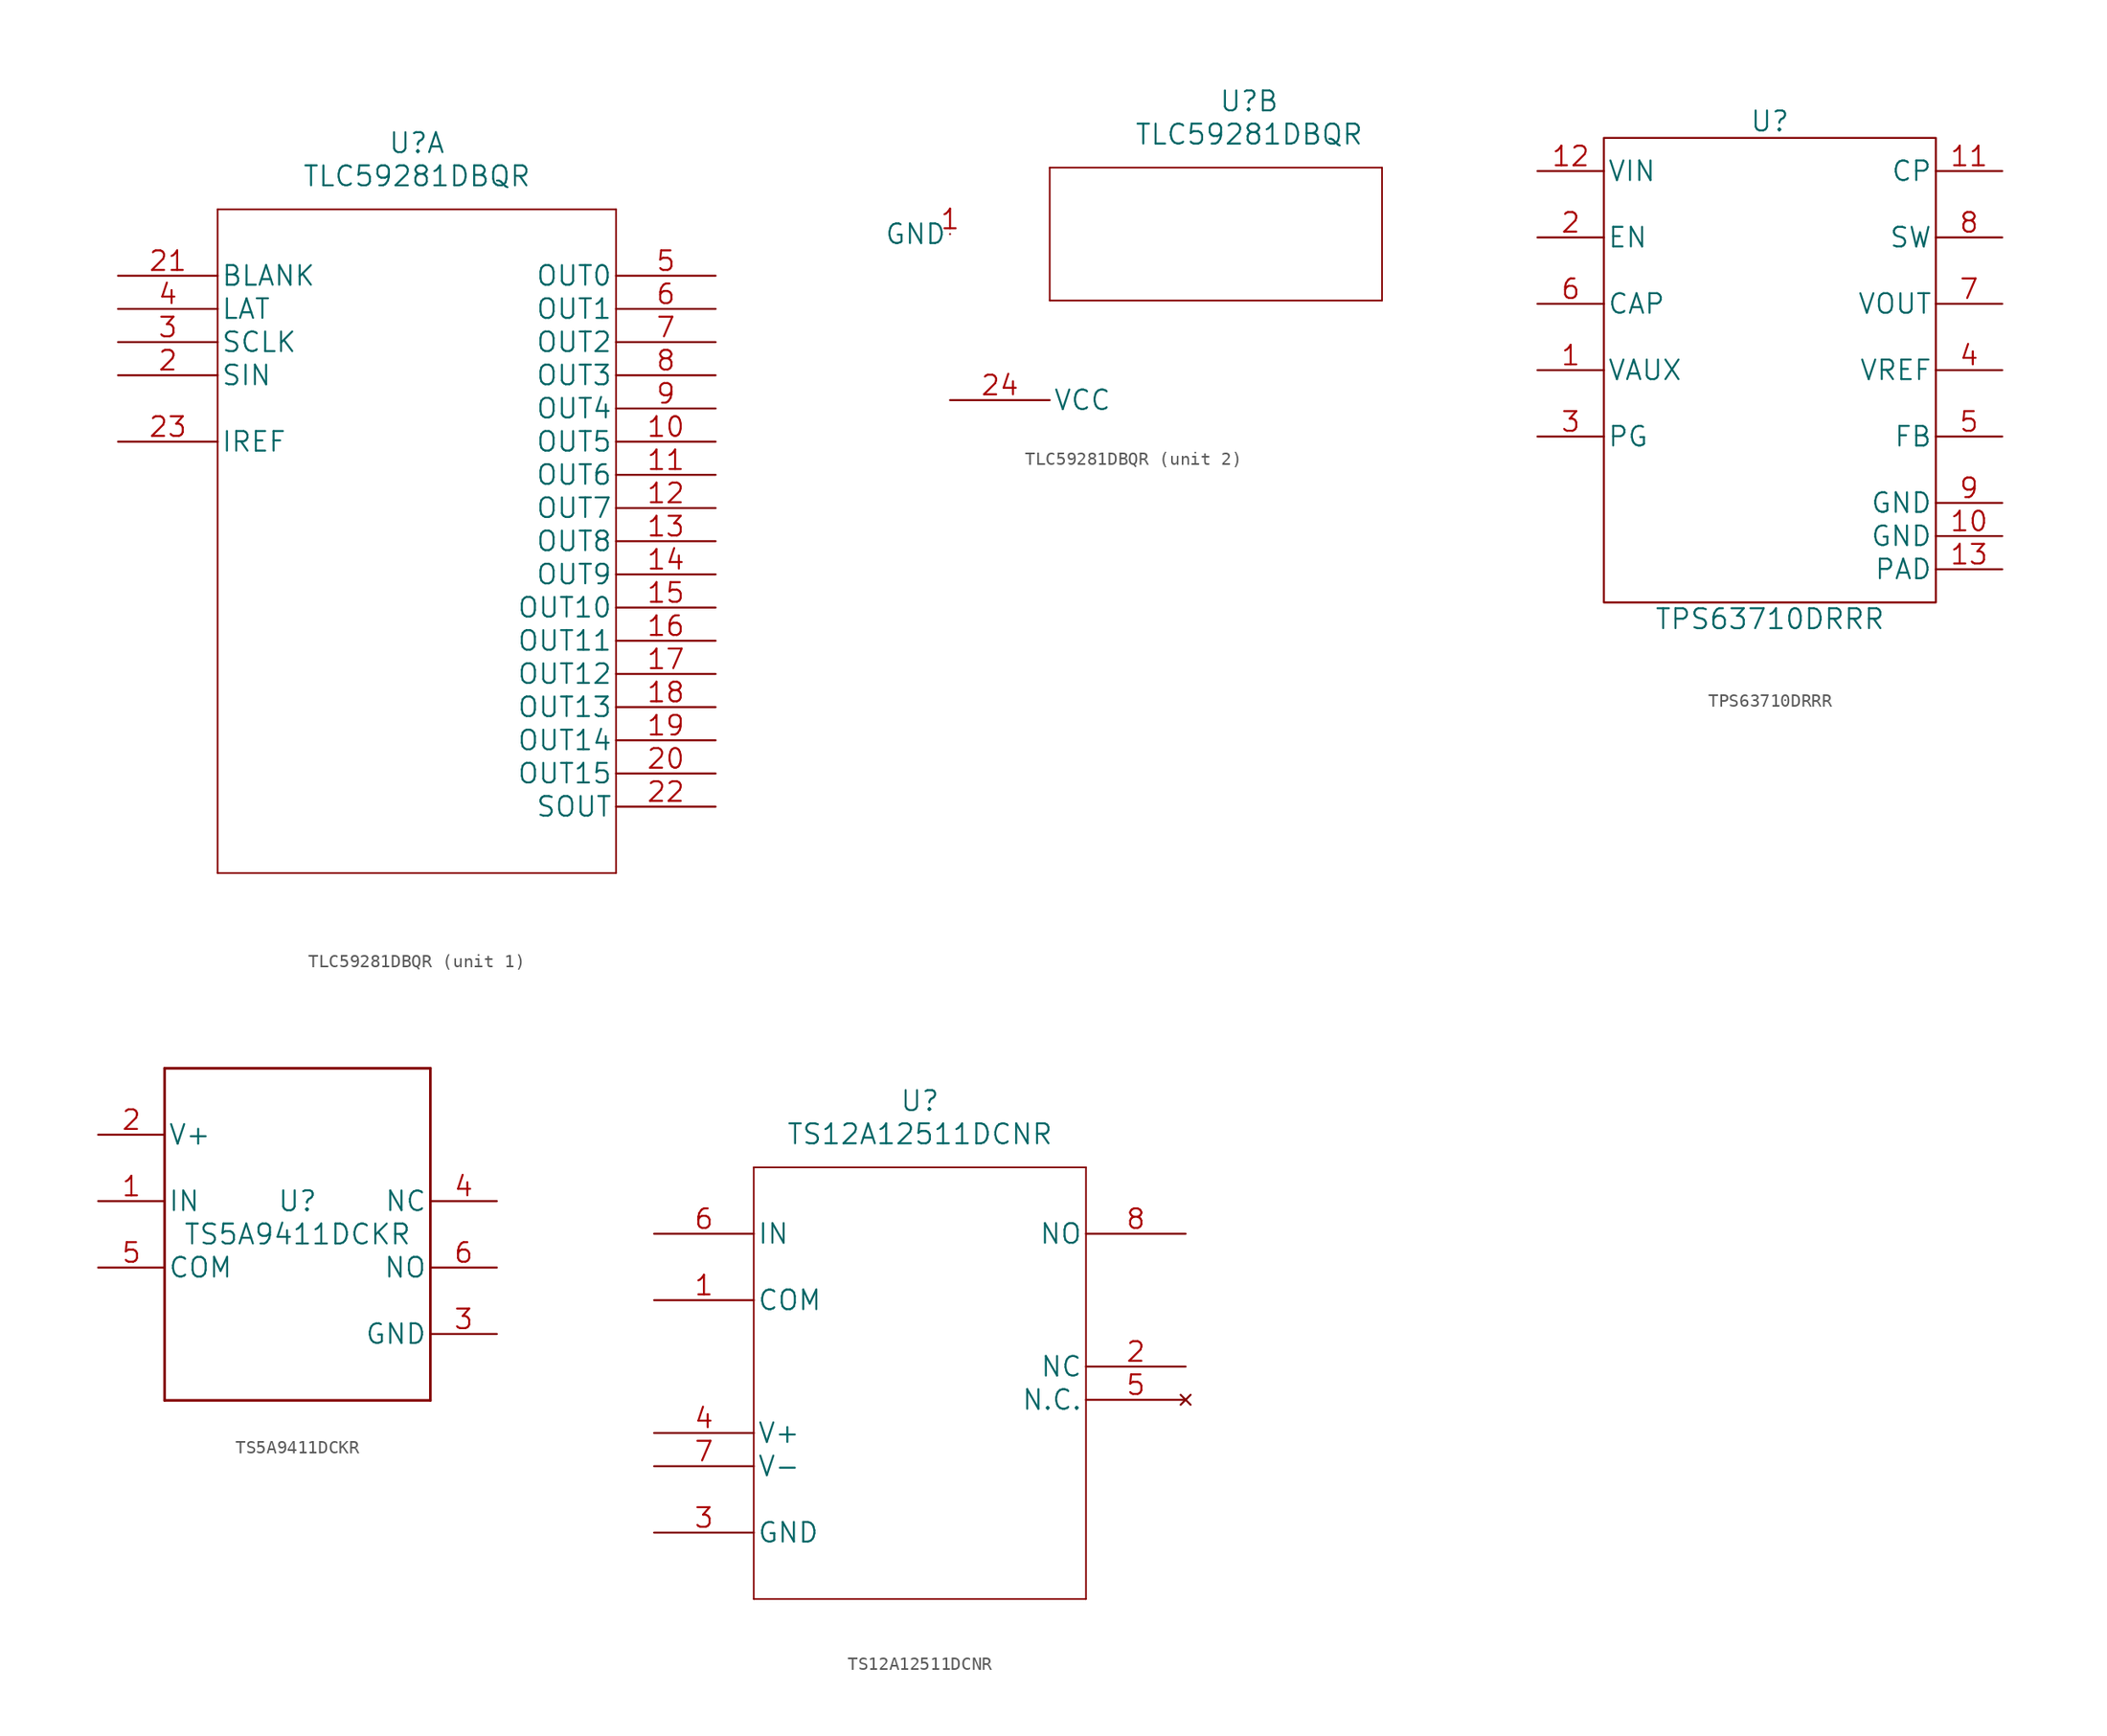
<source format=kicad_sym>
(kicad_symbol_lib
  (version 20211014)
  (generator kicad_symbol_editor)
  (symbol "TLC59281DBQR"
    (pin_names
      (offset 0.254))
    (property "Reference" "U"
      (at 22.86 10.16 0)
      (effects (font (size 1.524 1.524))))
    (property "Value" "TLC59281DBQR"
      (at 22.86 7.62 0)
      (effects (font (size 1.524 1.524))))
    (property "Datasheet" ""
      (at 0 0 0)
      (effects (font (size 1.524 1.524))))
    (symbol "TLC59281DBQR_1_1"
      (polyline (pts (xy 7.62 -45.72) (xy 38.1 -45.72)) (stroke (width 0.127) (type default) (color 0 0 0 0)) (fill (type none)))
      (polyline (pts (xy 7.62 5.08) (xy 7.62 -45.72)) (stroke (width 0.127) (type default) (color 0 0 0 0)) (fill (type none)))
      (polyline (pts (xy 38.1 -45.72) (xy 38.1 5.08)) (stroke (width 0.127) (type default) (color 0 0 0 0)) (fill (type none)))
      (polyline (pts (xy 38.1 5.08) (xy 7.62 5.08)) (stroke (width 0.127) (type default) (color 0 0 0 0)) (fill (type none)))
      (pin output line (at 45.72 -12.7 180) (length 7.62) (name "OUT5" (effects (font (size 1.499 1.499)))) (number "10" (effects (font (size 1.499 1.499)))))
      (pin output line (at 45.72 -15.24 180) (length 7.62) (name "OUT6" (effects (font (size 1.499 1.499)))) (number "11" (effects (font (size 1.499 1.499)))))
      (pin output line (at 45.72 -17.78 180) (length 7.62) (name "OUT7" (effects (font (size 1.499 1.499)))) (number "12" (effects (font (size 1.499 1.499)))))
      (pin output line (at 45.72 -20.32 180) (length 7.62) (name "OUT8" (effects (font (size 1.499 1.499)))) (number "13" (effects (font (size 1.499 1.499)))))
      (pin output line (at 45.72 -22.86 180) (length 7.62) (name "OUT9" (effects (font (size 1.499 1.499)))) (number "14" (effects (font (size 1.499 1.499)))))
      (pin output line (at 45.72 -25.4 180) (length 7.62) (name "OUT10" (effects (font (size 1.499 1.499)))) (number "15" (effects (font (size 1.499 1.499)))))
      (pin output line (at 45.72 -27.94 180) (length 7.62) (name "OUT11" (effects (font (size 1.499 1.499)))) (number "16" (effects (font (size 1.499 1.499)))))
      (pin output line (at 45.72 -30.48 180) (length 7.62) (name "OUT12" (effects (font (size 1.499 1.499)))) (number "17" (effects (font (size 1.499 1.499)))))
      (pin output line (at 45.72 -33.02 180) (length 7.62) (name "OUT13" (effects (font (size 1.499 1.499)))) (number "18" (effects (font (size 1.499 1.499)))))
      (pin output line (at 45.72 -35.56 180) (length 7.62) (name "OUT14" (effects (font (size 1.499 1.499)))) (number "19" (effects (font (size 1.499 1.499)))))
      (pin input line (at 0 -7.62 0) (length 7.62) (name "SIN" (effects (font (size 1.499 1.499)))) (number "2" (effects (font (size 1.499 1.499)))))
      (pin output line (at 45.72 -38.1 180) (length 7.62) (name "OUT15" (effects (font (size 1.499 1.499)))) (number "20" (effects (font (size 1.499 1.499)))))
      (pin input line (at 0 0 0) (length 7.62) (name "BLANK" (effects (font (size 1.499 1.499)))) (number "21" (effects (font (size 1.499 1.499)))))
      (pin output line (at 45.72 -40.64 180) (length 7.62) (name "SOUT" (effects (font (size 1.499 1.499)))) (number "22" (effects (font (size 1.499 1.499)))))
      (pin bidirectional line (at 0 -12.7 0) (length 7.62) (name "IREF" (effects (font (size 1.499 1.499)))) (number "23" (effects (font (size 1.499 1.499)))))
      (pin input line (at 0 -5.08 0) (length 7.62) (name "SCLK" (effects (font (size 1.499 1.499)))) (number "3" (effects (font (size 1.499 1.499)))))
      (pin input line (at 0 -2.54 0) (length 7.62) (name "LAT" (effects (font (size 1.499 1.499)))) (number "4" (effects (font (size 1.499 1.499)))))
      (pin output line (at 45.72 0 180) (length 7.62) (name "OUT0" (effects (font (size 1.499 1.499)))) (number "5" (effects (font (size 1.499 1.499)))))
      (pin output line (at 45.72 -2.54 180) (length 7.62) (name "OUT1" (effects (font (size 1.499 1.499)))) (number "6" (effects (font (size 1.499 1.499)))))
      (pin output line (at 45.72 -5.08 180) (length 7.62) (name "OUT2" (effects (font (size 1.499 1.499)))) (number "7" (effects (font (size 1.499 1.499)))))
      (pin output line (at 45.72 -7.62 180) (length 7.62) (name "OUT3" (effects (font (size 1.499 1.499)))) (number "8" (effects (font (size 1.499 1.499)))))
      (pin output line (at 45.72 -10.16 180) (length 7.62) (name "OUT4" (effects (font (size 1.499 1.499)))) (number "9" (effects (font (size 1.499 1.499))))))
    (symbol "TLC59281DBQR_2_1"
      (polyline (pts (xy 7.62 -5.08) (xy 33.02 -5.08)) (stroke (width 0.127) (type default) (color 0 0 0 0)) (fill (type none)))
      (polyline (pts (xy 7.62 5.08) (xy 7.62 -5.08)) (stroke (width 0.127) (type default) (color 0 0 0 0)) (fill (type none)))
      (polyline (pts (xy 33.02 -5.08) (xy 33.02 5.08)) (stroke (width 0.127) (type default) (color 0 0 0 0)) (fill (type none)))
      (polyline (pts (xy 33.02 5.08) (xy 7.62 5.08)) (stroke (width 0.127) (type default) (color 0 0 0 0)) (fill (type none)))
      (pin power_in line (at 0 0 180) (length 0) (name "GND" (effects (font (size 1.499 1.499)))) (number "1" (effects (font (size 1.499 1.499)))))
      (pin power_in line (at 0 -12.7 0) (length 7.62) (name "VCC" (effects (font (size 1.499 1.499)))) (number "24" (effects (font (size 1.499 1.499)))))))
  (symbol "TPS63710DRRR"
    (pin_names
      (offset 0.254))
    (property "Reference" "U"
      (at 0 13.97 0)
      (effects (font (size 1.524 1.524))))
    (property "Value" "TPS63710DRRR"
      (at 0 -24.13 0)
      (effects (font (size 1.524 1.524))))
    (property "Datasheet" ""
      (at 0 0 0)
      (effects (font (size 1.524 1.524))))
    (property "ki_locked" ""
      (at 0 0 0)
      (effects (font (size 1.27 1.27))))
    (symbol "TPS63710DRRR_1_1"
      (rectangle (start -12.7 12.7) (end 12.7 -22.86) (stroke (width 0) (type default) (color 0 0 0 0)) (fill (type none)))
      (pin input line (at -17.78 -5.08 0) (length 5.08) (name "VAUX" (effects (font (size 1.499 1.499)))) (number "1" (effects (font (size 1.499 1.499)))))
      (pin power_in line (at 17.78 -17.78 180) (length 5.08) (name "GND" (effects (font (size 1.499 1.499)))) (number "10" (effects (font (size 1.499 1.499)))))
      (pin unspecified line (at 17.78 10.16 180) (length 5.08) (name "CP" (effects (font (size 1.499 1.499)))) (number "11" (effects (font (size 1.499 1.499)))))
      (pin power_in line (at -17.78 10.16 0) (length 5.08) (name "VIN" (effects (font (size 1.499 1.499)))) (number "12" (effects (font (size 1.499 1.499)))))
      (pin power_in line (at 17.78 -20.32 180) (length 5.08) (name "PAD" (effects (font (size 1.499 1.499)))) (number "13" (effects (font (size 1.499 1.499)))))
      (pin input line (at -17.78 5.08 0) (length 5.08) (name "EN" (effects (font (size 1.499 1.499)))) (number "2" (effects (font (size 1.499 1.499)))))
      (pin open_collector line (at -17.78 -10.16 0) (length 5.08) (name "PG" (effects (font (size 1.499 1.499)))) (number "3" (effects (font (size 1.499 1.499)))))
      (pin output line (at 17.78 -5.08 180) (length 5.08) (name "VREF" (effects (font (size 1.499 1.499)))) (number "4" (effects (font (size 1.499 1.499)))))
      (pin input line (at 17.78 -10.16 180) (length 5.08) (name "FB" (effects (font (size 1.499 1.499)))) (number "5" (effects (font (size 1.499 1.499)))))
      (pin unspecified line (at -17.78 0 0) (length 5.08) (name "CAP" (effects (font (size 1.499 1.499)))) (number "6" (effects (font (size 1.499 1.499)))))
      (pin input line (at 17.78 0 180) (length 5.08) (name "VOUT" (effects (font (size 1.499 1.499)))) (number "7" (effects (font (size 1.499 1.499)))))
      (pin power_in line (at 17.78 5.08 180) (length 5.08) (name "SW" (effects (font (size 1.499 1.499)))) (number "8" (effects (font (size 1.499 1.499)))))
      (pin power_in line (at 17.78 -15.24 180) (length 5.08) (name "GND" (effects (font (size 1.499 1.499)))) (number "9" (effects (font (size 1.499 1.499)))))))
  (symbol "TS5A9411DCKR"
    (pin_names
      (offset 0.254))
    (property "Reference" "U"
      (at 0 2.54 0)
      (effects (font (size 1.524 1.524))))
    (property "Value" "TS5A9411DCKR"
      (at 0 0 0)
      (effects (font (size 1.524 1.524))))
    (property "Datasheet" ""
      (at 0 0 0)
      (effects (font (size 1.524 1.524))))
    (property "ki_locked" ""
      (at 0 0 0)
      (effects (font (size 1.27 1.27))))
    (symbol "TS5A9411DCKR_1_1"
      (polyline (pts (xy -10.16 -12.7) (xy 10.16 -12.7)) (stroke (width 0.203) (type default) (color 0 0 0 0)) (fill (type none)))
      (polyline (pts (xy -10.16 12.7) (xy -10.16 -12.7)) (stroke (width 0.203) (type default) (color 0 0 0 0)) (fill (type none)))
      (polyline (pts (xy 10.16 -12.7) (xy 10.16 12.7)) (stroke (width 0.203) (type default) (color 0 0 0 0)) (fill (type none)))
      (polyline (pts (xy 10.16 12.7) (xy -10.16 12.7)) (stroke (width 0.203) (type default) (color 0 0 0 0)) (fill (type none)))
      (pin input line (at -15.24 2.54 0) (length 5.08) (name "IN" (effects (font (size 1.499 1.499)))) (number "1" (effects (font (size 1.499 1.499)))))
      (pin power_in line (at -15.24 7.62 0) (length 5.08) (name "V+" (effects (font (size 1.499 1.499)))) (number "2" (effects (font (size 1.499 1.499)))))
      (pin power_in line (at 15.24 -7.62 180) (length 5.08) (name "GND" (effects (font (size 1.499 1.499)))) (number "3" (effects (font (size 1.499 1.499)))))
      (pin unspecified line (at 15.24 2.54 180) (length 5.08) (name "NC" (effects (font (size 1.499 1.499)))) (number "4" (effects (font (size 1.499 1.499)))))
      (pin unspecified line (at -15.24 -2.54 0) (length 5.08) (name "COM" (effects (font (size 1.499 1.499)))) (number "5" (effects (font (size 1.499 1.499)))))
      (pin unspecified line (at 15.24 -2.54 180) (length 5.08) (name "NO" (effects (font (size 1.499 1.499)))) (number "6" (effects (font (size 1.499 1.499)))))))
  (symbol "TS12A12511DCNR"
    (pin_names
      (offset 0.254))
    (property "Reference" "U"
      (at 20.32 10.16 0)
      (effects (font (size 1.524 1.524))))
    (property "Value" "TS12A12511DCNR"
      (at 20.32 7.62 0)
      (effects (font (size 1.524 1.524))))
    (property "Datasheet" ""
      (at 0 0 0)
      (effects (font (size 1.524 1.524))))
    (property "ki_locked" ""
      (at 0 0 0)
      (effects (font (size 1.27 1.27))))
    (symbol "TS12A12511DCNR_1_1"
      (polyline (pts (xy 7.62 -27.94) (xy 33.02 -27.94)) (stroke (width 0.127) (type default) (color 0 0 0 0)) (fill (type none)))
      (polyline (pts (xy 7.62 5.08) (xy 7.62 -27.94)) (stroke (width 0.127) (type default) (color 0 0 0 0)) (fill (type none)))
      (polyline (pts (xy 33.02 -27.94) (xy 33.02 5.08)) (stroke (width 0.127) (type default) (color 0 0 0 0)) (fill (type none)))
      (polyline (pts (xy 33.02 5.08) (xy 7.62 5.08)) (stroke (width 0.127) (type default) (color 0 0 0 0)) (fill (type none)))
      (pin bidirectional line (at 0 -5.08 0) (length 7.62) (name "COM" (effects (font (size 1.499 1.499)))) (number "1" (effects (font (size 1.499 1.499)))))
      (pin output line (at 40.64 -10.16 180) (length 7.62) (name "NC" (effects (font (size 1.499 1.499)))) (number "2" (effects (font (size 1.499 1.499)))))
      (pin power_in line (at 0 -22.86 0) (length 7.62) (name "GND" (effects (font (size 1.499 1.499)))) (number "3" (effects (font (size 1.499 1.499)))))
      (pin power_in line (at 0 -15.24 0) (length 7.62) (name "V+" (effects (font (size 1.499 1.499)))) (number "4" (effects (font (size 1.499 1.499)))))
      (pin no_connect line (at 40.64 -12.7 180) (length 7.62) (name "N.C." (effects (font (size 1.499 1.499)))) (number "5" (effects (font (size 1.499 1.499)))))
      (pin input line (at 0 0 0) (length 7.62) (name "IN" (effects (font (size 1.499 1.499)))) (number "6" (effects (font (size 1.499 1.499)))))
      (pin power_in line (at 0 -17.78 0) (length 7.62) (name "V-" (effects (font (size 1.499 1.499)))) (number "7" (effects (font (size 1.499 1.499)))))
      (pin output line (at 40.64 0 180) (length 7.62) (name "NO" (effects (font (size 1.499 1.499)))) (number "8" (effects (font (size 1.499 1.499))))))))
</source>
